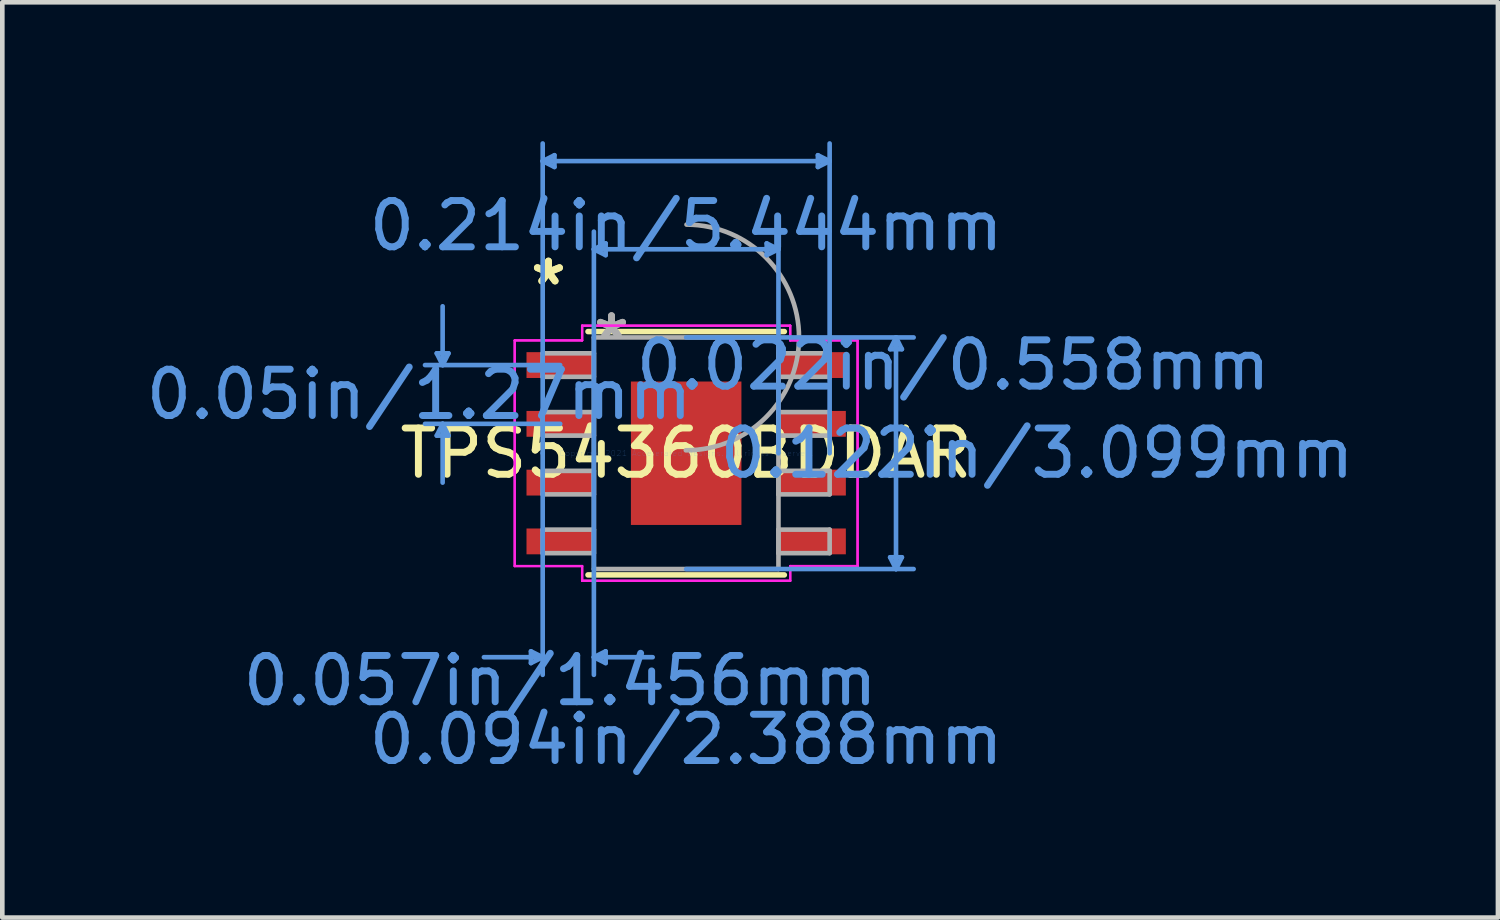
<source format=kicad_pcb>
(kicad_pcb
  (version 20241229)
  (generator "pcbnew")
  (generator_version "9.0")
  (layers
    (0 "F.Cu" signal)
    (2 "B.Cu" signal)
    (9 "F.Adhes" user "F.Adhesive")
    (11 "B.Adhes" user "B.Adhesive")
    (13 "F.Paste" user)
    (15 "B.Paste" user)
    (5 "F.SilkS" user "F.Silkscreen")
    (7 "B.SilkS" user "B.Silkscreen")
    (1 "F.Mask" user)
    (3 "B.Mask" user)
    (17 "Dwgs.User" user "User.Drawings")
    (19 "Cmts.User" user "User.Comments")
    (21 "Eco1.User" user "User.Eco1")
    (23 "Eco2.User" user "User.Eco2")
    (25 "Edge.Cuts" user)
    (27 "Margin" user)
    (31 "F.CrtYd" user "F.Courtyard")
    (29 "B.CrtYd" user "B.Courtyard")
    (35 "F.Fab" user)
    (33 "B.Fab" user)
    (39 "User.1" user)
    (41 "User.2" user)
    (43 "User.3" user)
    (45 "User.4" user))
  (footprint "TPS54360BDDAR"
    (layer "F.Cu")
    (at 11.776 6.743)
    (property "Reference" "TPS54360BDDAR" (at 0 0 0) (layer "F.SilkS") (effects (font (size 1 1) (thickness 0.15))))
    (attr through_hole)
    (fp_line (start -2.121 2.629) (end 2.121 2.629) (stroke (width 0.12) (type solid)) (layer "F.SilkS"))
    (fp_line (start 2.121 -2.629) (end -2.121 -2.629) (stroke (width 0.12) (type solid)) (layer "F.SilkS"))
    (fp_poly (pts (xy -1.094 -1.449) (xy -1.094 -0.1) (xy 1.094 -0.1) (xy 1.094 -1.449)) (stroke (width 0.1) (type solid)) (fill yes) (layer "F.Paste"))
    (fp_poly (pts (xy -1.094 0.1) (xy -1.094 1.449) (xy 1.094 1.449) (xy 1.094 0.1)) (stroke (width 0.1) (type solid)) (fill yes) (layer "F.Paste"))
    (fp_line (start -5.389 -2.159) (end -5.135 -2.159) (stroke (width 0.1) (type solid)) (layer "Cmts.User"))
    (fp_line (start -5.389 -0.381) (end -5.135 -0.381) (stroke (width 0.1) (type solid)) (layer "Cmts.User"))
    (fp_line (start -5.262 -1.905) (end -5.389 -2.159) (stroke (width 0.1) (type solid)) (layer "Cmts.User"))
    (fp_line (start -5.262 -1.905) (end -5.262 -3.175) (stroke (width 0.1) (type solid)) (layer "Cmts.User"))
    (fp_line (start -5.262 -1.905) (end -5.135 -2.159) (stroke (width 0.1) (type solid)) (layer "Cmts.User"))
    (fp_line (start -5.262 -0.635) (end -5.389 -0.381) (stroke (width 0.1) (type solid)) (layer "Cmts.User"))
    (fp_line (start -5.262 -0.635) (end -5.262 0.635) (stroke (width 0.1) (type solid)) (layer "Cmts.User"))
    (fp_line (start -5.262 -0.635) (end -5.135 -0.381) (stroke (width 0.1) (type solid)) (layer "Cmts.User"))
    (fp_line (start -3.354 4.28) (end -3.354 4.534) (stroke (width 0.1) (type solid)) (layer "Cmts.User"))
    (fp_line (start -3.1 -6.312) (end -2.846 -6.439) (stroke (width 0.1) (type solid)) (layer "Cmts.User"))
    (fp_line (start -3.1 -6.312) (end -2.846 -6.185) (stroke (width 0.1) (type solid)) (layer "Cmts.User"))
    (fp_line (start -3.1 -6.312) (end 3.1 -6.312) (stroke (width 0.1) (type solid)) (layer "Cmts.User"))
    (fp_line (start -3.1 0) (end -3.1 -6.693) (stroke (width 0.1) (type solid)) (layer "Cmts.User"))
    (fp_line (start -3.1 0) (end -3.1 4.788) (stroke (width 0.1) (type solid)) (layer "Cmts.User"))
    (fp_line (start -3.1 4.407) (end -4.37 4.407) (stroke (width 0.1) (type solid)) (layer "Cmts.User"))
    (fp_line (start -3.1 4.407) (end -3.354 4.28) (stroke (width 0.1) (type solid)) (layer "Cmts.User"))
    (fp_line (start -3.1 4.407) (end -3.354 4.534) (stroke (width 0.1) (type solid)) (layer "Cmts.User"))
    (fp_line (start -2.846 -6.439) (end -2.846 -6.185) (stroke (width 0.1) (type solid)) (layer "Cmts.User"))
    (fp_line (start -2.722 -1.905) (end -5.643 -1.905) (stroke (width 0.1) (type solid)) (layer "Cmts.User"))
    (fp_line (start -2.722 -0.635) (end -5.643 -0.635) (stroke (width 0.1) (type solid)) (layer "Cmts.User"))
    (fp_line (start -1.994 -4.407) (end -1.74 -4.534) (stroke (width 0.1) (type solid)) (layer "Cmts.User"))
    (fp_line (start -1.994 -4.407) (end -1.74 -4.28) (stroke (width 0.1) (type solid)) (layer "Cmts.User"))
    (fp_line (start -1.994 -4.407) (end 1.994 -4.407) (stroke (width 0.1) (type solid)) (layer "Cmts.User"))
    (fp_line (start -1.994 0) (end -1.994 -4.788) (stroke (width 0.1) (type solid)) (layer "Cmts.User"))
    (fp_line (start -1.994 0) (end -1.994 4.788) (stroke (width 0.1) (type solid)) (layer "Cmts.User"))
    (fp_line (start -1.994 4.407) (end -1.74 4.28) (stroke (width 0.1) (type solid)) (layer "Cmts.User"))
    (fp_line (start -1.994 4.407) (end -1.74 4.534) (stroke (width 0.1) (type solid)) (layer "Cmts.User"))
    (fp_line (start -1.994 4.407) (end -0.724 4.407) (stroke (width 0.1) (type solid)) (layer "Cmts.User"))
    (fp_line (start -1.74 -4.534) (end -1.74 -4.28) (stroke (width 0.1) (type solid)) (layer "Cmts.User"))
    (fp_line (start -1.74 4.28) (end -1.74 4.534) (stroke (width 0.1) (type solid)) (layer "Cmts.User"))
    (fp_line (start 0 -2.502) (end 4.915 -2.502) (stroke (width 0.1) (type solid)) (layer "Cmts.User"))
    (fp_line (start 0 2.502) (end 4.915 2.502) (stroke (width 0.1) (type solid)) (layer "Cmts.User"))
    (fp_line (start 1.74 -4.534) (end 1.74 -4.28) (stroke (width 0.1) (type solid)) (layer "Cmts.User"))
    (fp_line (start 1.994 -4.407) (end 1.74 -4.534) (stroke (width 0.1) (type solid)) (layer "Cmts.User"))
    (fp_line (start 1.994 -4.407) (end 1.74 -4.28) (stroke (width 0.1) (type solid)) (layer "Cmts.User"))
    (fp_line (start 1.994 0) (end 1.994 -4.788) (stroke (width 0.1) (type solid)) (layer "Cmts.User"))
    (fp_line (start 2.846 -6.439) (end 2.846 -6.185) (stroke (width 0.1) (type solid)) (layer "Cmts.User"))
    (fp_line (start 3.1 -6.312) (end 2.846 -6.439) (stroke (width 0.1) (type solid)) (layer "Cmts.User"))
    (fp_line (start 3.1 -6.312) (end 2.846 -6.185) (stroke (width 0.1) (type solid)) (layer "Cmts.User"))
    (fp_line (start 3.1 0) (end 3.1 -6.693) (stroke (width 0.1) (type solid)) (layer "Cmts.User"))
    (fp_line (start 4.407 -2.248) (end 4.661 -2.248) (stroke (width 0.1) (type solid)) (layer "Cmts.User"))
    (fp_line (start 4.407 2.248) (end 4.661 2.248) (stroke (width 0.1) (type solid)) (layer "Cmts.User"))
    (fp_line (start 4.534 -2.502) (end 4.407 -2.248) (stroke (width 0.1) (type solid)) (layer "Cmts.User"))
    (fp_line (start 4.534 -2.502) (end 4.534 2.502) (stroke (width 0.1) (type solid)) (layer "Cmts.User"))
    (fp_line (start 4.534 -2.502) (end 4.661 -2.248) (stroke (width 0.1) (type solid)) (layer "Cmts.User"))
    (fp_line (start 4.534 2.502) (end 4.407 2.248) (stroke (width 0.1) (type solid)) (layer "Cmts.User"))
    (fp_line (start 4.534 2.502) (end 4.661 2.248) (stroke (width 0.1) (type solid)) (layer "Cmts.User"))
    (fp_line (start -3.704 -2.438) (end -2.248 -2.438) (stroke (width 0.05) (type solid)) (layer "F.CrtYd"))
    (fp_line (start -3.704 -2.438) (end -2.248 -2.438) (stroke (width 0.05) (type solid)) (layer "F.CrtYd"))
    (fp_line (start -3.704 2.438) (end -3.704 -2.438) (stroke (width 0.05) (type solid)) (layer "F.CrtYd"))
    (fp_line (start -3.704 2.438) (end -3.704 -2.438) (stroke (width 0.05) (type solid)) (layer "F.CrtYd"))
    (fp_line (start -3.704 2.438) (end -2.248 2.438) (stroke (width 0.05) (type solid)) (layer "F.CrtYd"))
    (fp_line (start -2.248 -2.756) (end 2.248 -2.756) (stroke (width 0.05) (type solid)) (layer "F.CrtYd"))
    (fp_line (start -2.248 -2.756) (end 2.248 -2.756) (stroke (width 0.05) (type solid)) (layer "F.CrtYd"))
    (fp_line (start -2.248 -2.438) (end -2.248 -2.756) (stroke (width 0.05) (type solid)) (layer "F.CrtYd"))
    (fp_line (start -2.248 -2.438) (end -2.248 -2.756) (stroke (width 0.05) (type solid)) (layer "F.CrtYd"))
    (fp_line (start -2.248 2.438) (end -3.704 2.438) (stroke (width 0.05) (type solid)) (layer "F.CrtYd"))
    (fp_line (start -2.248 2.756) (end -2.248 2.438) (stroke (width 0.05) (type solid)) (layer "F.CrtYd"))
    (fp_line (start -2.248 2.756) (end -2.248 2.438) (stroke (width 0.05) (type solid)) (layer "F.CrtYd"))
    (fp_line (start 2.248 -2.756) (end 2.248 -2.438) (stroke (width 0.05) (type solid)) (layer "F.CrtYd"))
    (fp_line (start 2.248 -2.756) (end 2.248 -2.438) (stroke (width 0.05) (type solid)) (layer "F.CrtYd"))
    (fp_line (start 2.248 -2.438) (end 3.704 -2.438) (stroke (width 0.05) (type solid)) (layer "F.CrtYd"))
    (fp_line (start 2.248 2.438) (end 2.248 2.756) (stroke (width 0.05) (type solid)) (layer "F.CrtYd"))
    (fp_line (start 2.248 2.438) (end 2.248 2.756) (stroke (width 0.05) (type solid)) (layer "F.CrtYd"))
    (fp_line (start 2.248 2.756) (end -2.248 2.756) (stroke (width 0.05) (type solid)) (layer "F.CrtYd"))
    (fp_line (start 2.248 2.756) (end -2.248 2.756) (stroke (width 0.05) (type solid)) (layer "F.CrtYd"))
    (fp_line (start 3.704 -2.438) (end 2.248 -2.438) (stroke (width 0.05) (type solid)) (layer "F.CrtYd"))
    (fp_line (start 3.704 -2.438) (end 3.704 2.438) (stroke (width 0.05) (type solid)) (layer "F.CrtYd"))
    (fp_line (start 3.704 -2.438) (end 3.704 2.438) (stroke (width 0.05) (type solid)) (layer "F.CrtYd"))
    (fp_line (start 3.704 2.438) (end 2.248 2.438) (stroke (width 0.05) (type solid)) (layer "F.CrtYd"))
    (fp_line (start 3.704 2.438) (end 2.248 2.438) (stroke (width 0.05) (type solid)) (layer "F.CrtYd"))
    (fp_line (start -3.1 -2.159) (end -3.1 -1.651) (stroke (width 0.1) (type solid)) (layer "F.Fab"))
    (fp_line (start -3.1 -1.651) (end -1.994 -1.651) (stroke (width 0.1) (type solid)) (layer "F.Fab"))
    (fp_line (start -3.1 -0.889) (end -3.1 -0.381) (stroke (width 0.1) (type solid)) (layer "F.Fab"))
    (fp_line (start -3.1 -0.381) (end -1.994 -0.381) (stroke (width 0.1) (type solid)) (layer "F.Fab"))
    (fp_line (start -3.1 0.381) (end -3.1 0.889) (stroke (width 0.1) (type solid)) (layer "F.Fab"))
    (fp_line (start -3.1 0.889) (end -1.994 0.889) (stroke (width 0.1) (type solid)) (layer "F.Fab"))
    (fp_line (start -3.1 1.651) (end -3.1 2.159) (stroke (width 0.1) (type solid)) (layer "F.Fab"))
    (fp_line (start -3.1 2.159) (end -1.994 2.159) (stroke (width 0.1) (type solid)) (layer "F.Fab"))
    (fp_line (start -1.994 -2.502) (end -1.994 2.502) (stroke (width 0.1) (type solid)) (layer "F.Fab"))
    (fp_line (start -1.994 -2.159) (end -3.1 -2.159) (stroke (width 0.1) (type solid)) (layer "F.Fab"))
    (fp_line (start -1.994 -1.651) (end -1.994 -2.159) (stroke (width 0.1) (type solid)) (layer "F.Fab"))
    (fp_line (start -1.994 -0.889) (end -3.1 -0.889) (stroke (width 0.1) (type solid)) (layer "F.Fab"))
    (fp_line (start -1.994 -0.381) (end -1.994 -0.889) (stroke (width 0.1) (type solid)) (layer "F.Fab"))
    (fp_line (start -1.994 0.381) (end -3.1 0.381) (stroke (width 0.1) (type solid)) (layer "F.Fab"))
    (fp_line (start -1.994 0.889) (end -1.994 0.381) (stroke (width 0.1) (type solid)) (layer "F.Fab"))
    (fp_line (start -1.994 1.651) (end -3.1 1.651) (stroke (width 0.1) (type solid)) (layer "F.Fab"))
    (fp_line (start -1.994 2.159) (end -1.994 1.651) (stroke (width 0.1) (type solid)) (layer "F.Fab"))
    (fp_line (start -1.994 2.502) (end 1.994 2.502) (stroke (width 0.1) (type solid)) (layer "F.Fab"))
    (fp_line (start 1.994 -2.502) (end -1.994 -2.502) (stroke (width 0.1) (type solid)) (layer "F.Fab"))
    (fp_line (start 1.994 -2.159) (end 1.994 -1.651) (stroke (width 0.1) (type solid)) (layer "F.Fab"))
    (fp_line (start 1.994 -1.651) (end 3.1 -1.651) (stroke (width 0.1) (type solid)) (layer "F.Fab"))
    (fp_line (start 1.994 -0.889) (end 1.994 -0.381) (stroke (width 0.1) (type solid)) (layer "F.Fab"))
    (fp_line (start 1.994 -0.381) (end 3.1 -0.381) (stroke (width 0.1) (type solid)) (layer "F.Fab"))
    (fp_line (start 1.994 0.381) (end 1.994 0.889) (stroke (width 0.1) (type solid)) (layer "F.Fab"))
    (fp_line (start 1.994 0.889) (end 3.1 0.889) (stroke (width 0.1) (type solid)) (layer "F.Fab"))
    (fp_line (start 1.994 1.651) (end 1.994 2.159) (stroke (width 0.1) (type solid)) (layer "F.Fab"))
    (fp_line (start 1.994 2.159) (end 3.1 2.159) (stroke (width 0.1) (type solid)) (layer "F.Fab"))
    (fp_line (start 1.994 2.502) (end 1.994 -2.502) (stroke (width 0.1) (type solid)) (layer "F.Fab"))
    (fp_line (start 3.1 -2.159) (end 1.994 -2.159) (stroke (width 0.1) (type solid)) (layer "F.Fab"))
    (fp_line (start 3.1 -1.651) (end 3.1 -2.159) (stroke (width 0.1) (type solid)) (layer "F.Fab"))
    (fp_line (start 3.1 -0.889) (end 1.994 -0.889) (stroke (width 0.1) (type solid)) (layer "F.Fab"))
    (fp_line (start 3.1 -0.381) (end 3.1 -0.889) (stroke (width 0.1) (type solid)) (layer "F.Fab"))
    (fp_line (start 3.1 0.381) (end 1.994 0.381) (stroke (width 0.1) (type solid)) (layer "F.Fab"))
    (fp_line (start 3.1 0.889) (end 3.1 0.381) (stroke (width 0.1) (type solid)) (layer "F.Fab"))
    (fp_line (start 3.1 1.651) (end 1.994 1.651) (stroke (width 0.1) (type solid)) (layer "F.Fab"))
    (fp_line (start 3.1 2.159) (end 3.1 1.651) (stroke (width 0.1) (type solid)) (layer "F.Fab"))
    (fp_arc (start 0.007742 -4.940252) (mid 2.438352 -2.494158) (end -0.007742 -0.063548) (stroke (width 0.1) (type solid)) (layer "F.Fab"))
    (fp_text user "*" (at -2.976 -3.606 0) (layer "F.SilkS") (effects (font (size 1 1) (thickness 0.15))))
    (fp_text user "*" (at -2.976 -3.606 0) (layer "F.SilkS") (effects (font (size 1 1) (thickness 0.15))))
    (fp_text user "0.057in/1.456mm" (at -2.722 4.915 0) (layer "Cmts.User") (effects (font (size 1 1) (thickness 0.15))))
    (fp_text user "0.122in/3.099mm" (at 7.582 0 0) (layer "Cmts.User") (effects (font (size 1 1) (thickness 0.15))))
    (fp_text user "0.022in/0.558mm" (at 5.77 -1.905 0) (layer "Cmts.User") (effects (font (size 1 1) (thickness 0.15))))
    (fp_text user "0.05in/1.27mm" (at -5.77 -1.27 0) (layer "Cmts.User") (effects (font (size 1 1) (thickness 0.15))))
    (fp_text user "0.214in/5.444mm" (at 0 -4.915 0) (layer "Cmts.User") (effects (font (size 1 1) (thickness 0.15))))
    (fp_text user "0.094in/2.388mm" (at 0 6.185 0) (layer "Cmts.User") (effects (font (size 1 1) (thickness 0.15))))
    (fp_text user "Copyright 2021 Accelerated Designs. All rights reserved." (at 0 0 0) (layer "Cmts.User") (effects (font (size 0.127 0.127) (thickness 0.002))))
    (fp_text user "*" (at -1.613 -2.426 0) (layer "F.Fab") (effects (font (size 1 1) (thickness 0.15))))
    (fp_text user "*" (at -1.613 -2.426 0) (layer "F.Fab") (effects (font (size 1 1) (thickness 0.15))))
    (pad "1" smd rect (at -2.722 -1.905) (size 1.456 0.558) (layers "F.Cu" "F.Mask" "F.Paste"))
    (pad "2" smd rect (at -2.722 -0.635) (size 1.456 0.558) (layers "F.Cu" "F.Mask" "F.Paste"))
    (pad "3" smd rect (at -2.722 0.635) (size 1.456 0.558) (layers "F.Cu" "F.Mask" "F.Paste"))
    (pad "4" smd rect (at -2.722 1.905) (size 1.456 0.558) (layers "F.Cu" "F.Mask" "F.Paste"))
    (pad "5" smd rect (at 2.722 1.905) (size 1.456 0.558) (layers "F.Cu" "F.Mask" "F.Paste"))
    (pad "6" smd rect (at 2.722 0.635) (size 1.456 0.558) (layers "F.Cu" "F.Mask" "F.Paste"))
    (pad "7" smd rect (at 2.722 -0.635) (size 1.456 0.558) (layers "F.Cu" "F.Mask" "F.Paste"))
    (pad "8" smd rect (at 2.722 -1.905) (size 1.456 0.558) (layers "F.Cu" "F.Mask" "F.Paste"))
    (pad "EPAD" smd rect (at 0 0) (size 2.388 3.099) (layers "F.Cu" "F.Mask")))
  (gr_rect
    (start -3 -3)
    (end 29.316 16.776)
    (stroke (width 0.1) (type default))
    (fill no)
    (layer "Edge.Cuts")))
</source>
